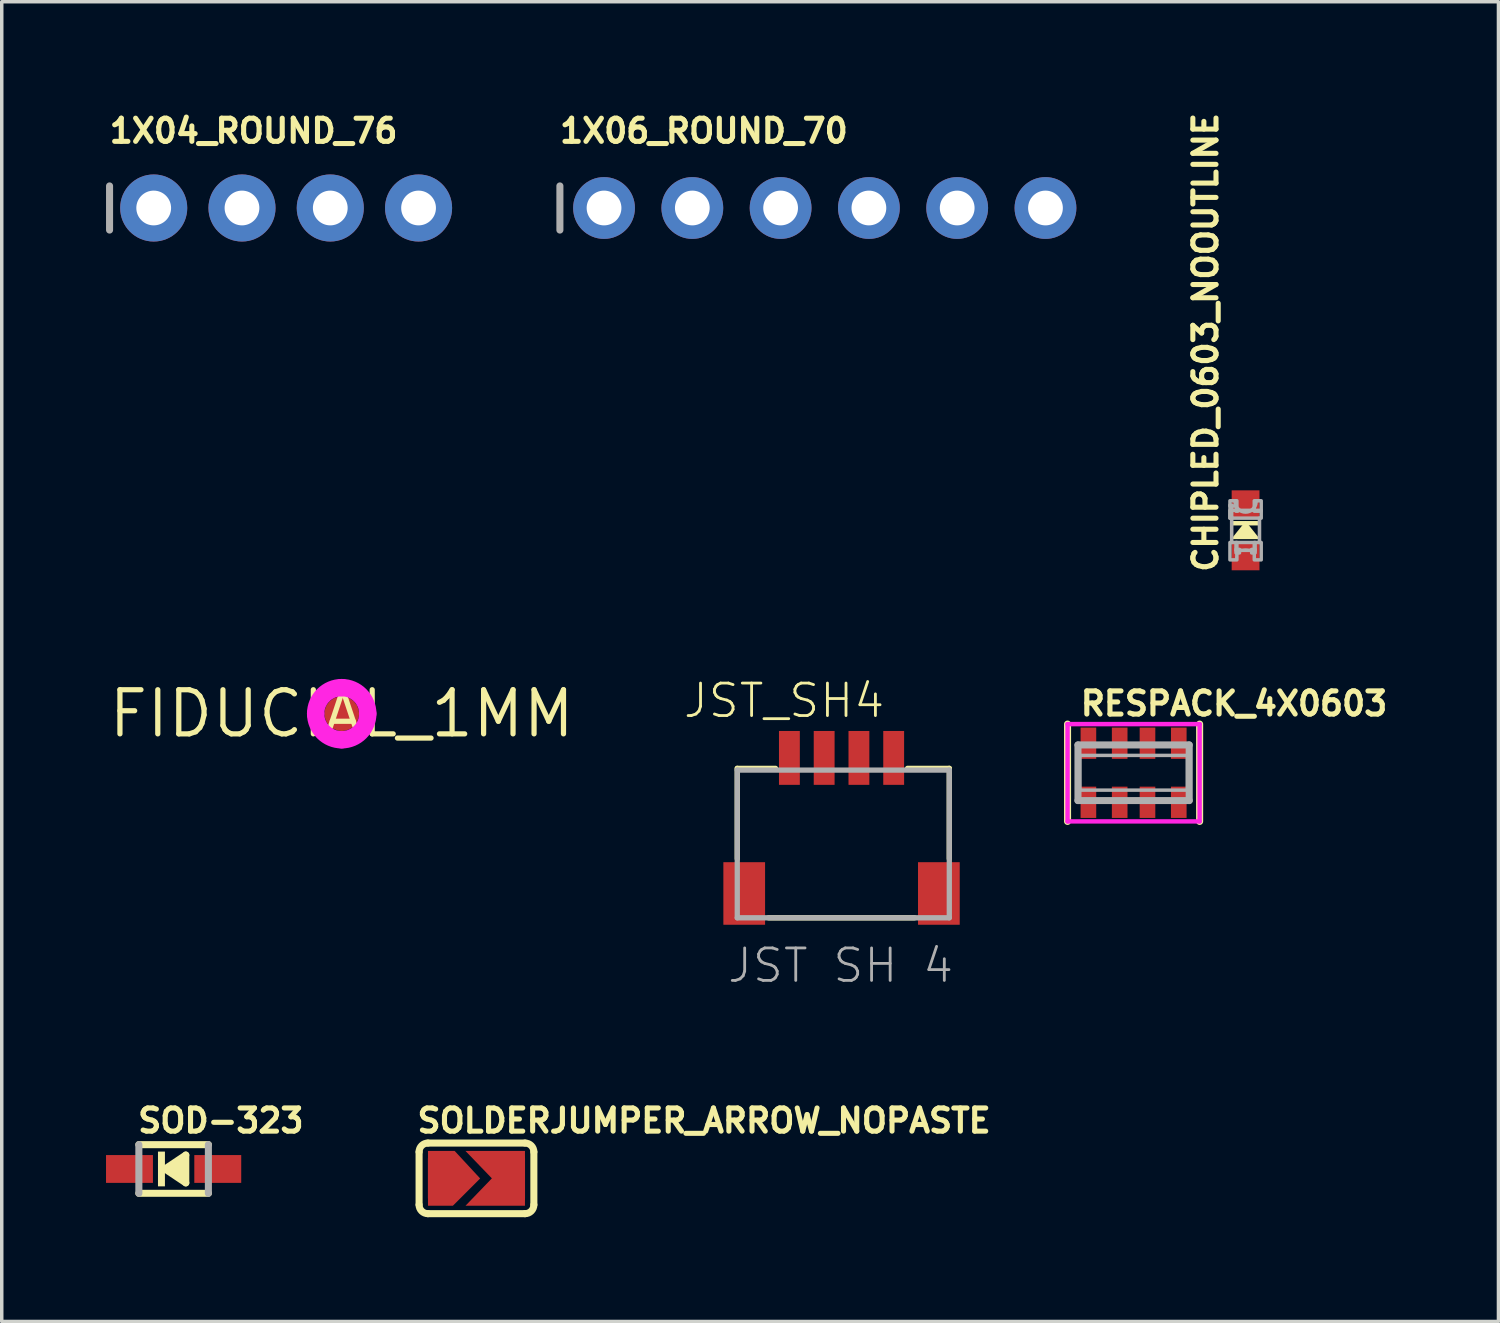
<source format=kicad_pcb>
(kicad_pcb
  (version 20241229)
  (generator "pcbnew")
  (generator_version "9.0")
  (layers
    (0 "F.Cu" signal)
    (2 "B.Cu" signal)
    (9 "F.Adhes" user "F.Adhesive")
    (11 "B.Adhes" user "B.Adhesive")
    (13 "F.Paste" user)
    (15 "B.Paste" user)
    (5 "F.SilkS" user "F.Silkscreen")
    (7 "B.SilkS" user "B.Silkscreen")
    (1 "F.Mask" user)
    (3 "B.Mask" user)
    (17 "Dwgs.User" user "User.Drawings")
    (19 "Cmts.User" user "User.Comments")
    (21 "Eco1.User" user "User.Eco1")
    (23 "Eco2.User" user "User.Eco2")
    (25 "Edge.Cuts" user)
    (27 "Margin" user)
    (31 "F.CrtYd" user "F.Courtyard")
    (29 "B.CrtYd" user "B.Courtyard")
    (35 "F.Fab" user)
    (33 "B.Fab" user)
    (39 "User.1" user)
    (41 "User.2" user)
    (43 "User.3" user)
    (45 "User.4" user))
  (footprint "CHIPLED_0603_NOOUTLINE"
    (layer "F.Cu")
    (at 32.785 12.207)
    (property "Reference" "CHIPLED_0603_NOOUTLINE" (at -0.762 1.27 90) (layer "F.SilkS") (effects (font (size 0.666 0.666) (thickness 0.146)) (justify left bottom)))
    (fp_poly (pts (xy 0.413 0.254) (xy -0.413 0.254) (xy 0 -0.262)) (stroke (width 0) (type solid)) (fill yes) (layer "F.SilkS"))
    (fp_poly (pts (xy -0.381 -0.14) (xy 0.381 -0.14) (xy 0.381 -0.267) (xy -0.381 -0.267)) (stroke (width 0) (type solid)) (fill yes) (layer "F.SilkS"))
    (fp_line (start -0.4 -0.375) (end -0.4 0.35) (stroke (width 0.102) (type solid)) (layer "F.Fab"))
    (fp_line (start 0.4 -0.35) (end 0.4 0.35) (stroke (width 0.102) (type solid)) (layer "F.Fab"))
    (fp_arc (start -0.275 0.825) (mid 0 0.55) (end 0.275 0.825) (stroke (width 0.0508) (type solid)) (layer "F.Fab"))
    (fp_arc (start 0.3 -0.799998) (mid -0.000001 -0.524966) (end -0.3 -0.8) (stroke (width 0.1016) (type solid)) (layer "F.Fab"))
    (fp_circle (center -0.35 -0.625) (end -0.275 -0.625) (stroke (width 0.051) (type solid)) (fill no) (layer "F.Fab"))
    (fp_poly (pts (xy -0.45 -0.7) (xy -0.25 -0.7) (xy -0.25 -0.85) (xy -0.45 -0.85)) (stroke (width 0.1) (type solid)) (fill no) (layer "F.Fab"))
    (fp_poly (pts (xy -0.45 -0.35) (xy -0.4 -0.35) (xy -0.4 -0.725) (xy -0.45 -0.725)) (stroke (width 0.1) (type solid)) (fill no) (layer "F.Fab"))
    (fp_poly (pts (xy -0.45 -0.35) (xy 0.45 -0.35) (xy 0.45 -0.575) (xy -0.45 -0.575)) (stroke (width 0.1) (type solid)) (fill no) (layer "F.Fab"))
    (fp_poly (pts (xy -0.45 0.85) (xy -0.25 0.85) (xy -0.25 0.35) (xy -0.45 0.35)) (stroke (width 0.1) (type solid)) (fill no) (layer "F.Fab"))
    (fp_poly (pts (xy -0.275 -0.55) (xy -0.225 -0.55) (xy -0.225 -0.6) (xy -0.275 -0.6)) (stroke (width 0.1) (type solid)) (fill no) (layer "F.Fab"))
    (fp_poly (pts (xy -0.275 0.575) (xy 0.275 0.575) (xy 0.275 0.35) (xy -0.275 0.35)) (stroke (width 0.1) (type solid)) (fill no) (layer "F.Fab"))
    (fp_poly (pts (xy -0.275 0.65) (xy -0.175 0.65) (xy -0.175 0.55) (xy -0.275 0.55)) (stroke (width 0.1) (type solid)) (fill no) (layer "F.Fab"))
    (fp_poly (pts (xy 0.175 0.65) (xy 0.275 0.65) (xy 0.275 0.55) (xy 0.175 0.55)) (stroke (width 0.1) (type solid)) (fill no) (layer "F.Fab"))
    (fp_poly (pts (xy 0.25 -0.55) (xy 0.45 -0.55) (xy 0.45 -0.85) (xy 0.25 -0.85)) (stroke (width 0.1) (type solid)) (fill no) (layer "F.Fab"))
    (fp_poly (pts (xy 0.25 0.85) (xy 0.45 0.85) (xy 0.45 0.35) (xy 0.25 0.35)) (stroke (width 0.1) (type solid)) (fill no) (layer "F.Fab"))
    (pad "A" smd rect (at 0 0.75) (size 0.8 0.8) (layers "F.Cu" "F.Mask" "F.Paste"))
    (pad "C" smd rect (at 0 -0.75) (size 0.8 0.8) (layers "F.Cu" "F.Mask" "F.Paste")))
  (footprint "SOLDERJUMPER_ARROW_NOPASTE"
    (layer "F.Cu")
    (at 10.658 30.851)
    (property "Reference" "SOLDERJUMPER_ARROW_NOPASTE" (at -1.778 -1.27 0) (layer "F.SilkS") (effects (font (size 0.666 0.666) (thickness 0.146)) (justify left bottom)))
    (fp_poly (pts (xy 0.106 0.003) (xy -0.679 0.788) (xy -1.395 0.788) (xy -1.395 -0.788) (xy -0.627 -0.788)) (stroke (width 0) (type solid)) (fill yes) (layer "F.Cu"))
    (fp_poly (pts (xy 1.395 0.788) (xy -0.316 0.788) (xy 0.443 0) (xy -0.316 -0.788) (xy 1.395 -0.788)) (stroke (width 0) (type solid)) (fill yes) (layer "F.Cu"))
    (fp_poly (pts (xy -1.46 0.826) (xy 1.46 0.826) (xy 1.46 -0.826) (xy -1.46 -0.826)) (stroke (width 0) (type solid)) (fill yes) (layer "F.Mask"))
    (fp_line (start -1.651 0.762) (end -1.651 -0.762) (stroke (width 0.203) (type solid)) (layer "F.SilkS"))
    (fp_line (start -1.397 -1.016) (end 1.397 -1.016) (stroke (width 0.203) (type solid)) (layer "F.SilkS"))
    (fp_line (start 1.397 1.016) (end -1.397 1.016) (stroke (width 0.203) (type solid)) (layer "F.SilkS"))
    (fp_line (start 1.651 0.762) (end 1.651 -0.762) (stroke (width 0.203) (type solid)) (layer "F.SilkS"))
    (fp_arc (start -1.651 -0.762) (mid -1.576605 -0.941605) (end -1.397 -1.016) (stroke (width 0.2032) (type solid)) (layer "F.SilkS"))
    (fp_arc (start -1.397 1.016) (mid -1.576605 0.941605) (end -1.651 0.762) (stroke (width 0.2032) (type solid)) (layer "F.SilkS"))
    (fp_arc (start 1.397 -1.016) (mid 1.576605 -0.941605) (end 1.651 -0.762) (stroke (width 0.2032) (type solid)) (layer "F.SilkS"))
    (fp_arc (start 1.651 0.762) (mid 1.576605 0.941605) (end 1.397 1.016) (stroke (width 0.2032) (type solid)) (layer "F.SilkS"))
    (pad "1" smd roundrect (at -1.016 0) (size 0.762 1.524) (layers "F.Cu") (roundrect_rratio 0.25))
    (pad "2" smd roundrect (at 1.016 0) (size 0.762 1.524) (layers "F.Cu") (roundrect_rratio 0.25)))
  (footprint "SOD-323"
    (layer "F.Cu")
    (at 1.945 30.581)
    (property "Reference" "SOD-323" (at -1.1 -1 0) (layer "F.SilkS") (effects (font (size 0.666 0.666) (thickness 0.146)) (justify left bottom)))
    (fp_line (start -1 -0.7) (end 1 -0.7) (stroke (width 0.203) (type solid)) (layer "F.SilkS"))
    (fp_line (start -0.25 0) (end 0.35 -0.4) (stroke (width 0.203) (type solid)) (layer "F.SilkS"))
    (fp_line (start 0.35 -0.4) (end 0.35 0.4) (stroke (width 0.203) (type solid)) (layer "F.SilkS"))
    (fp_line (start 0.35 0.4) (end -0.25 0) (stroke (width 0.203) (type solid)) (layer "F.SilkS"))
    (fp_line (start 1 0.7) (end -1 0.7) (stroke (width 0.203) (type solid)) (layer "F.SilkS"))
    (fp_poly (pts (xy 0.302 0.39) (xy -0.283 0) (xy 0.302 -0.39)) (stroke (width 0) (type solid)) (fill yes) (layer "F.SilkS"))
    (fp_poly (pts (xy -0.45 0.5) (xy -0.25 0.5) (xy -0.25 -0.5) (xy -0.45 -0.5)) (stroke (width 0) (type solid)) (fill yes) (layer "F.SilkS"))
    (fp_line (start -1 0.7) (end -1 -0.7) (stroke (width 0.203) (type solid)) (layer "F.Fab"))
    (fp_line (start 1 -0.7) (end 1 0.7) (stroke (width 0.203) (type solid)) (layer "F.Fab"))
    (pad "A" smd rect (at 1.27 0) (size 1.35 0.8) (layers "F.Cu" "F.Mask" "F.Paste"))
    (pad "C" smd rect (at -1.27 0) (size 1.35 0.8) (layers "F.Cu" "F.Mask" "F.Paste")))
  (footprint "1X04_ROUND_76"
    (layer "F.Cu")
    (at 5.182 2.934)
    (property "Reference" "1X04_ROUND_76" (at -5.156 -1.829 0) (layer "F.SilkS") (effects (font (size 0.666 0.666) (thickness 0.146)) (justify left bottom)))
    (fp_line (start -5.08 -0.635) (end -5.08 0.635) (stroke (width 0.203) (type solid)) (layer "F.Fab"))
    (fp_poly (pts (xy -4.064 0.254) (xy -3.556 0.254) (xy -3.556 -0.254) (xy -4.064 -0.254)) (stroke (width 0.1) (type solid)) (fill no) (layer "F.Fab"))
    (fp_poly (pts (xy -1.524 0.254) (xy -1.016 0.254) (xy -1.016 -0.254) (xy -1.524 -0.254)) (stroke (width 0.1) (type solid)) (fill no) (layer "F.Fab"))
    (fp_poly (pts (xy 1.016 0.254) (xy 1.524 0.254) (xy 1.524 -0.254) (xy 1.016 -0.254)) (stroke (width 0.1) (type solid)) (fill no) (layer "F.Fab"))
    (fp_poly (pts (xy 3.556 0.254) (xy 4.064 0.254) (xy 4.064 -0.254) (xy 3.556 -0.254)) (stroke (width 0.1) (type solid)) (fill no) (layer "F.Fab"))
    (pad "1" thru_hole circle (at -3.81 0 90) (size 1.93 1.93) (drill 1) (layers "*.Cu" "*.Mask"))
    (pad "2" thru_hole circle (at -1.27 0 90) (size 1.93 1.93) (drill 1) (layers "*.Cu" "*.Mask"))
    (pad "3" thru_hole circle (at 1.27 0 90) (size 1.93 1.93) (drill 1) (layers "*.Cu" "*.Mask"))
    (pad "4" thru_hole circle (at 3.81 0 90) (size 1.93 1.93) (drill 1) (layers "*.Cu" "*.Mask")))
  (footprint "FIDUCIAL_1MM"
    (layer "F.Cu")
    (at 6.781 17.483)
    (property "Reference" "FIDUCIAL_1MM" (at 0 0 0) (layer "F.SilkS") (effects (font (size 1.27 1.27) (thickness 0.15))))
    (fp_arc (start -0.75 0) (mid -0.53033 -0.53033) (end 0 -0.75) (stroke (width 0.5) (type solid)) (layer "F.Mask"))
    (fp_arc (start 0 -0.75) (mid 0.53033 -0.53033) (end 0.75 0) (stroke (width 0.5) (type solid)) (layer "F.Mask"))
    (fp_arc (start 0 0.75) (mid -0.53033 0.53033) (end -0.75 0) (stroke (width 0.5) (type solid)) (layer "F.Mask"))
    (fp_arc (start 0.75 0) (mid 0.53033 0.53033) (end 0 0.75) (stroke (width 0.5) (type solid)) (layer "F.Mask"))
    (fp_arc (start -0.75 0) (mid -0.53033 -0.53033) (end 0 -0.75) (stroke (width 0.5) (type solid)) (layer "F.CrtYd"))
    (fp_arc (start 0 -0.75) (mid 0.53033 -0.53033) (end 0.75 0) (stroke (width 0.5) (type solid)) (layer "F.CrtYd"))
    (fp_arc (start 0 0.75) (mid -0.53033 0.53033) (end -0.75 0) (stroke (width 0.5) (type solid)) (layer "F.CrtYd"))
    (fp_arc (start 0.75 0) (mid 0.53033 0.53033) (end 0 0.75) (stroke (width 0.5) (type solid)) (layer "F.CrtYd"))
    (pad "1" smd roundrect (at 0 0) (size 1 1) (layers "F.Cu" "F.Mask") (roundrect_rratio 0.5)))
  (footprint "1X06_ROUND_70"
    (layer "F.Cu")
    (at 20.678 2.934)
    (property "Reference" "1X06_ROUND_70" (at -7.696 -1.829 0) (layer "F.SilkS") (effects (font (size 0.666 0.666) (thickness 0.146)) (justify left bottom)))
    (fp_line (start -7.62 -0.635) (end -7.62 0.635) (stroke (width 0.203) (type solid)) (layer "F.Fab"))
    (fp_poly (pts (xy -6.604 0.254) (xy -6.096 0.254) (xy -6.096 -0.254) (xy -6.604 -0.254)) (stroke (width 0.1) (type solid)) (fill no) (layer "F.Fab"))
    (fp_poly (pts (xy -4.064 0.254) (xy -3.556 0.254) (xy -3.556 -0.254) (xy -4.064 -0.254)) (stroke (width 0.1) (type solid)) (fill no) (layer "F.Fab"))
    (fp_poly (pts (xy -1.524 0.254) (xy -1.016 0.254) (xy -1.016 -0.254) (xy -1.524 -0.254)) (stroke (width 0.1) (type solid)) (fill no) (layer "F.Fab"))
    (fp_poly (pts (xy 1.016 0.254) (xy 1.524 0.254) (xy 1.524 -0.254) (xy 1.016 -0.254)) (stroke (width 0.1) (type solid)) (fill no) (layer "F.Fab"))
    (fp_poly (pts (xy 3.556 0.254) (xy 4.064 0.254) (xy 4.064 -0.254) (xy 3.556 -0.254)) (stroke (width 0.1) (type solid)) (fill no) (layer "F.Fab"))
    (fp_poly (pts (xy 6.096 0.254) (xy 6.604 0.254) (xy 6.604 -0.254) (xy 6.096 -0.254)) (stroke (width 0.1) (type solid)) (fill no) (layer "F.Fab"))
    (pad "1" thru_hole circle (at -6.35 0 90) (size 1.778 1.778) (drill 1) (layers "*.Cu" "*.Mask"))
    (pad "2" thru_hole circle (at -3.81 0 90) (size 1.778 1.778) (drill 1) (layers "*.Cu" "*.Mask"))
    (pad "3" thru_hole circle (at -1.27 0 90) (size 1.778 1.778) (drill 1) (layers "*.Cu" "*.Mask"))
    (pad "4" thru_hole circle (at 1.27 0 90) (size 1.778 1.778) (drill 1) (layers "*.Cu" "*.Mask"))
    (pad "5" thru_hole circle (at 3.81 0 90) (size 1.778 1.778) (drill 1) (layers "*.Cu" "*.Mask"))
    (pad "6" thru_hole circle (at 6.35 0 90) (size 1.778 1.778) (drill 1) (layers "*.Cu" "*.Mask")))
  (footprint "RESPACK_4X0603"
    (layer "F.Cu")
    (at 29.563 19.182)
    (property "Reference" "RESPACK_4X0603" (at -1.6 -1.6 0) (layer "F.SilkS") (effects (font (size 0.666 0.666) (thickness 0.146)) (justify left bottom)))
    (fp_line (start -1.9 1.4) (end -1.9 -1.4) (stroke (width 0.203) (type solid)) (layer "F.SilkS"))
    (fp_line (start 1.9 -1.4) (end 1.9 1.4) (stroke (width 0.203) (type solid)) (layer "F.SilkS"))
    (fp_line (start -1.9 -1.4) (end 1.9 -1.4) (stroke (width 0.127) (type solid)) (layer "F.CrtYd"))
    (fp_line (start -1.9 1.4) (end -1.9 -1.4) (stroke (width 0.127) (type solid)) (layer "F.CrtYd"))
    (fp_line (start -1.9 1.4) (end 1.9 1.4) (stroke (width 0.127) (type solid)) (layer "F.CrtYd"))
    (fp_line (start 1.9 -1.4) (end 1.9 1.4) (stroke (width 0.127) (type solid)) (layer "F.CrtYd"))
    (fp_line (start -1.6 -0.8) (end 1.6 -0.8) (stroke (width 0.203) (type solid)) (layer "F.Fab"))
    (fp_line (start -1.6 0.8) (end -1.6 -0.8) (stroke (width 0.203) (type solid)) (layer "F.Fab"))
    (fp_line (start 1.6 -0.8) (end 1.6 0.8) (stroke (width 0.203) (type solid)) (layer "F.Fab"))
    (fp_line (start 1.6 0.8) (end -1.6 0.8) (stroke (width 0.203) (type solid)) (layer "F.Fab"))
    (fp_poly (pts (xy -1.55 0.5) (xy 1.55 0.5) (xy 1.55 -0.5) (xy -1.55 -0.5)) (stroke (width 0.1) (type solid)) (fill no) (layer "F.Fab"))
    (pad "1" smd rect (at -1.3 0.85) (size 0.45 0.9) (layers "F.Cu" "F.Mask" "F.Paste"))
    (pad "2" smd rect (at -0.4 0.85) (size 0.45 0.9) (layers "F.Cu" "F.Mask" "F.Paste"))
    (pad "3" smd rect (at 0.4 0.85) (size 0.45 0.9) (layers "F.Cu" "F.Mask" "F.Paste"))
    (pad "4" smd rect (at 1.3 0.85) (size 0.45 0.9) (layers "F.Cu" "F.Mask" "F.Paste"))
    (pad "5" smd rect (at 1.3 -0.85) (size 0.45 0.9) (layers "F.Cu" "F.Mask" "F.Paste"))
    (pad "6" smd rect (at 0.4 -0.85) (size 0.45 0.9) (layers "F.Cu" "F.Mask" "F.Paste"))
    (pad "7" smd rect (at -0.4 -0.85) (size 0.45 0.9) (layers "F.Cu" "F.Mask" "F.Paste"))
    (pad "8" smd rect (at -1.3 -0.85) (size 0.45 0.9) (layers "F.Cu" "F.Mask" "F.Paste")))
  (footprint "JST_SH4"
    (layer "F.Cu")
    (at 21.161 21.269)
    (property "Reference" "JST_SH4" (at -4.6 -3.614 0) (layer "F.SilkS") (effects (font (size 0.935 0.935) (thickness 0.081)) (justify left bottom)))
    (fp_line (start -3 -2.214) (end -1.9 -2.214) (stroke (width 0.152) (type solid)) (layer "F.SilkS"))
    (fp_line (start -3 0.386) (end -3 -2.214) (stroke (width 0.152) (type solid)) (layer "F.SilkS"))
    (fp_line (start -2.1 2.086) (end 2.1 2.086) (stroke (width 0.152) (type solid)) (layer "F.SilkS"))
    (fp_line (start 1.9 -2.214) (end 3.1 -2.214) (stroke (width 0.152) (type solid)) (layer "F.SilkS"))
    (fp_line (start 3.1 -2.214) (end 3.1 0.386) (stroke (width 0.152) (type solid)) (layer "F.SilkS"))
    (fp_line (start -3 -2.164) (end 3.1 -2.164) (stroke (width 0.152) (type solid)) (layer "F.Fab"))
    (fp_line (start -3 2.086) (end -3 -2.164) (stroke (width 0.152) (type solid)) (layer "F.Fab"))
    (fp_line (start 3.1 -2.164) (end 3.1 2.086) (stroke (width 0.152) (type solid)) (layer "F.Fab"))
    (fp_line (start 3.1 2.086) (end -3 2.086) (stroke (width 0.152) (type solid)) (layer "F.Fab"))
    (fp_text user "JST SH 4" (at -3.33 4.006 0) (layer "F.Fab") (effects (font (size 0.935 0.935) (thickness 0.081)) (justify left bottom)))
    (pad "1" smd rect (at -1.5 -2.514 90) (size 1.55 0.6) (layers "F.Cu" "F.Mask" "F.Paste"))
    (pad "2" smd rect (at -0.5 -2.514 90) (size 1.55 0.6) (layers "F.Cu" "F.Mask" "F.Paste"))
    (pad "3" smd rect (at 0.5 -2.514 90) (size 1.55 0.6) (layers "F.Cu" "F.Mask" "F.Paste"))
    (pad "4" smd rect (at 1.5 -2.514 90) (size 1.55 0.6) (layers "F.Cu" "F.Mask" "F.Paste"))
    (pad "MT1" smd rect (at -2.8 1.386 90) (size 1.8 1.2) (layers "F.Cu" "F.Mask" "F.Paste"))
    (pad "MT2" smd rect (at 2.8 1.386 90) (size 1.8 1.2) (layers "F.Cu" "F.Mask" "F.Paste")))
  (gr_rect
    (start -3 -3)
    (end 40.06 34.969)
    (stroke (width 0.1) (type default))
    (fill no)
    (layer "Edge.Cuts")))
</source>
